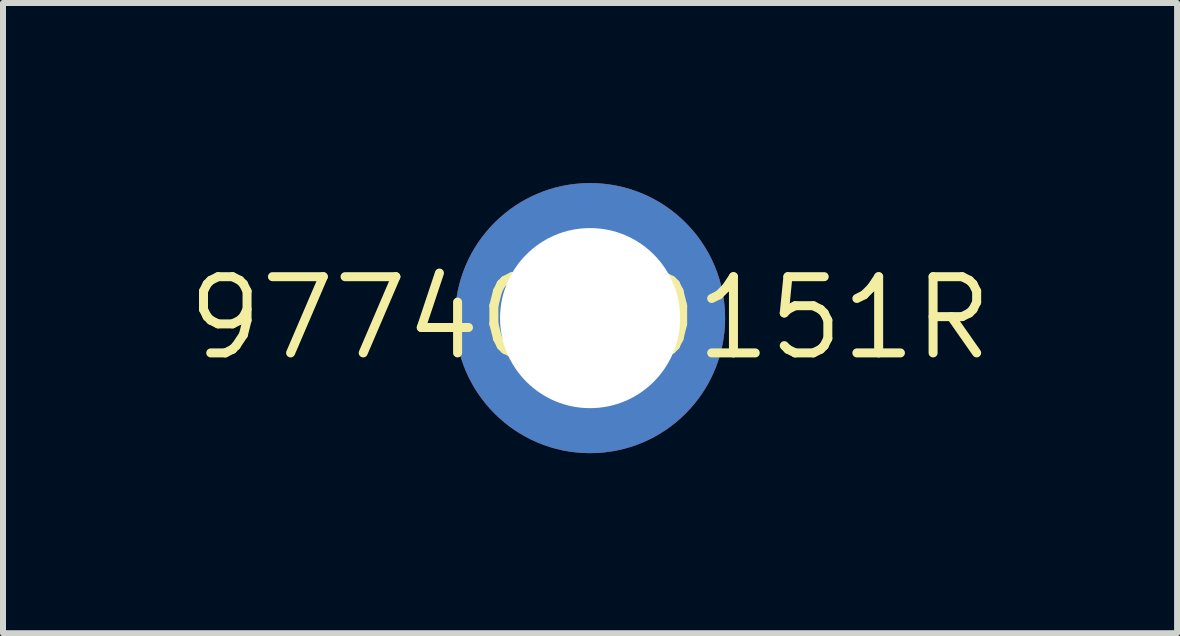
<source format=kicad_pcb>
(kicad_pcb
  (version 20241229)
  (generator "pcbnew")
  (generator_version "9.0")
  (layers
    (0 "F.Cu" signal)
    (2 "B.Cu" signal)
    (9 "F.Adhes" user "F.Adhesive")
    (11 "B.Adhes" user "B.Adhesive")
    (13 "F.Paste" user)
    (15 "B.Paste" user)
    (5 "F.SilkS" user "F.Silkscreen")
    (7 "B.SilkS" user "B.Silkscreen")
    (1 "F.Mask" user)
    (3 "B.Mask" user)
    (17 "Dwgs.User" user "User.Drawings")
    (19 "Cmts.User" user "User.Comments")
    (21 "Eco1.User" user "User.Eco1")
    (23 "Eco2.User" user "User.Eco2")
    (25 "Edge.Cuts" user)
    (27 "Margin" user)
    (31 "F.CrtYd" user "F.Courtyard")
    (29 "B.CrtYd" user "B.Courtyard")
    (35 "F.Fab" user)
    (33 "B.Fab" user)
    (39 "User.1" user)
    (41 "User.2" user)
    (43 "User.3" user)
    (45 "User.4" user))
  (footprint "9774030151R"
    (layer "F.Cu")
    (at 6.781 2.25)
    (property "Reference" "9774030151R" (at 0 0 0) (layer "F.SilkS") (effects (font (size 1.27 1.27) (thickness 0.15))))
    (attr through_hole)
    (pad "P$1" thru_hole circle (at 0 0) (size 4.5 4.5) (drill 3) (layers "*.Cu" "*.Mask")))
  (gr_rect
    (start -3 -3)
    (end 16.561 7.5)
    (stroke (width 0.1) (type default))
    (fill no)
    (layer "Edge.Cuts")))
</source>
